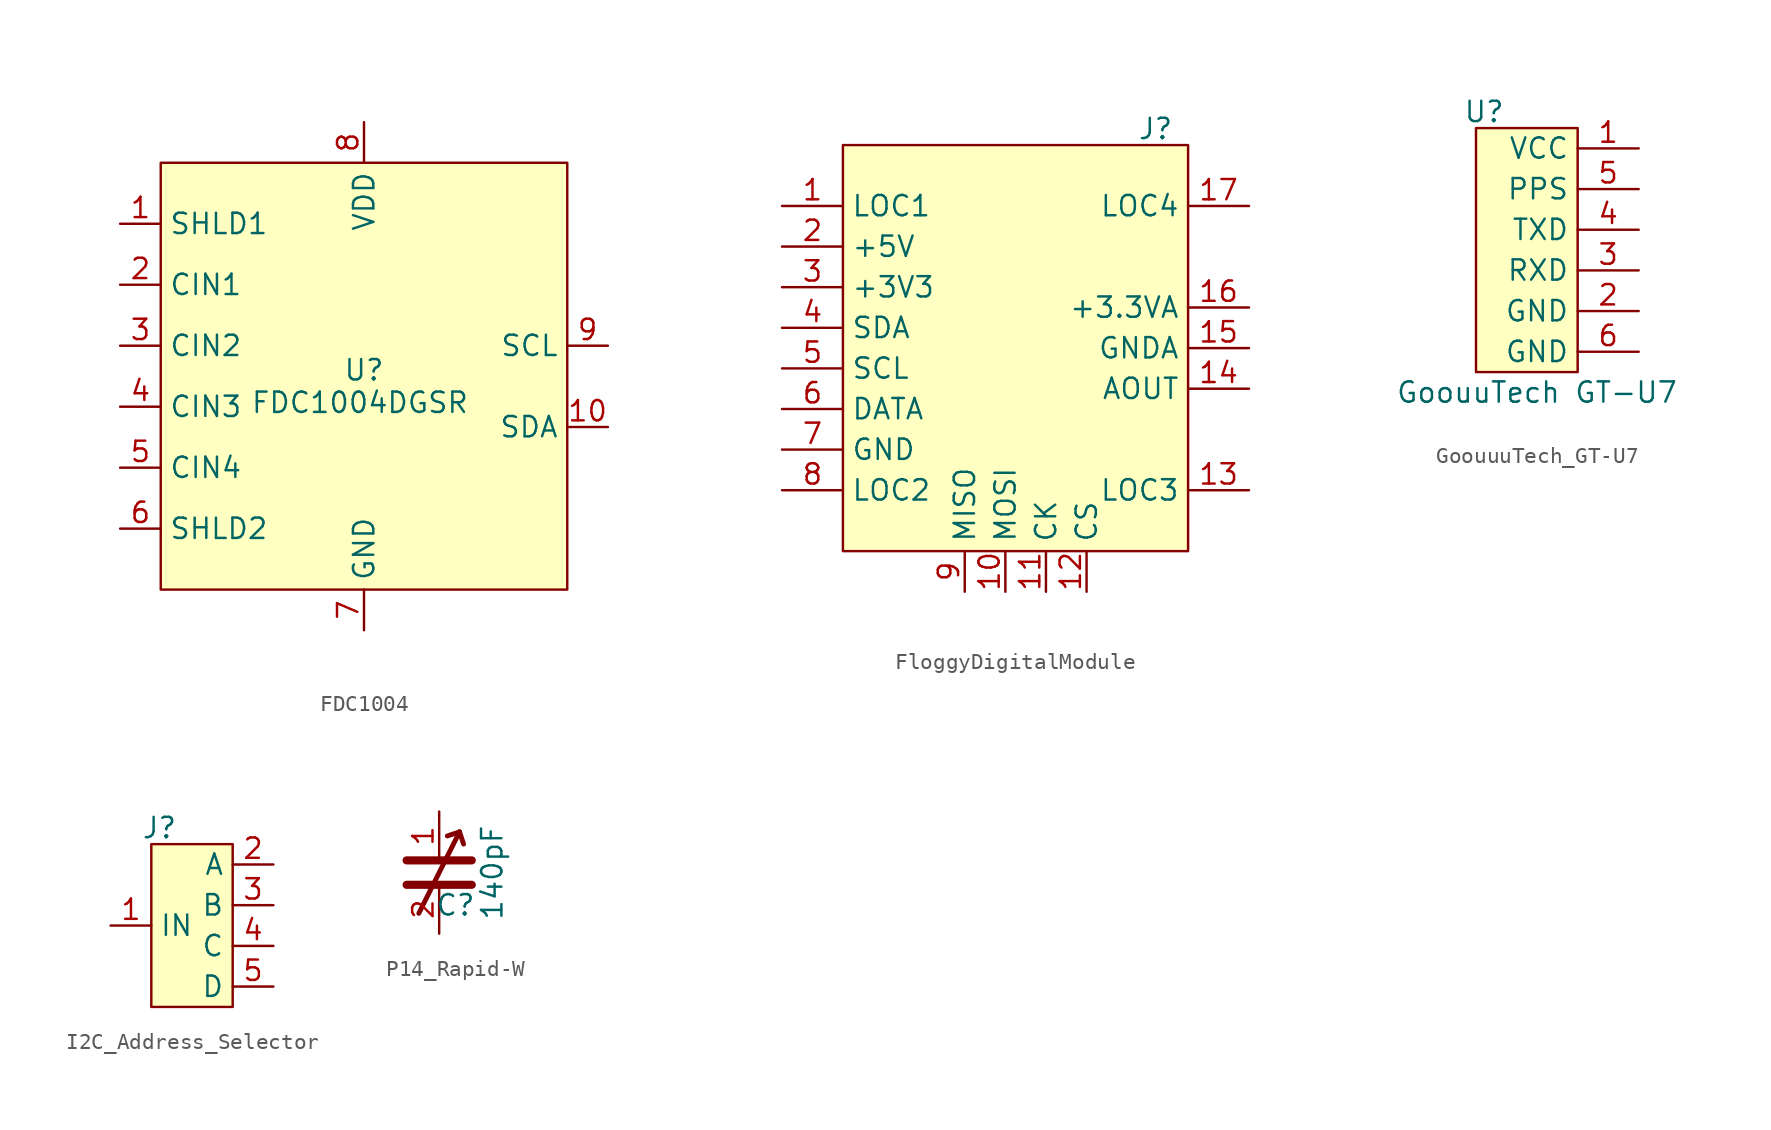
<source format=kicad_sym>
(kicad_symbol_lib
  (version 20231120)
  (generator "kicad_symbol_editor")
  (generator_version "8.0")
  (symbol "FDC1004"
    (property "Reference" "U"
      (at 0 1.016 0)
      (effects (font (size 1.27 1.27))))
    (property "Value" "FDC1004DGSR"
      (at -0.254 -1.016 0)
      (effects (font (size 1.27 1.27))))
    (symbol "FDC1004_1_1"
      (rectangle (start -12.7 13.97) (end 12.7 -12.7) (stroke (width 0) (type default)) (fill (type background)))
      (pin unspecified non_logic (at 2.54 -15.24 90) (length 2.54) hide (name "DAP" (effects (font (size 1.27 1.27)))) (number "" (effects (font (size 1.27 1.27)))))
      (pin passive line (at -15.24 10.16 0) (length 2.54) (name "SHLD1" (effects (font (size 1.27 1.27)))) (number "1" (effects (font (size 1.27 1.27)))))
      (pin bidirectional line (at 15.24 -2.54 180) (length 2.54) (name "SDA" (effects (font (size 1.27 1.27)))) (number "10" (effects (font (size 1.27 1.27)))))
      (pin passive line (at -15.24 6.35 0) (length 2.54) (name "CIN1" (effects (font (size 1.27 1.27)))) (number "2" (effects (font (size 1.27 1.27)))))
      (pin passive line (at -15.24 2.54 0) (length 2.54) (name "CIN2" (effects (font (size 1.27 1.27)))) (number "3" (effects (font (size 1.27 1.27)))))
      (pin passive line (at -15.24 -1.27 0) (length 2.54) (name "CIN3" (effects (font (size 1.27 1.27)))) (number "4" (effects (font (size 1.27 1.27)))))
      (pin passive line (at -15.24 -5.08 0) (length 2.54) (name "CIN4" (effects (font (size 1.27 1.27)))) (number "5" (effects (font (size 1.27 1.27)))))
      (pin passive line (at -15.24 -8.89 0) (length 2.54) (name "SHLD2" (effects (font (size 1.27 1.27)))) (number "6" (effects (font (size 1.27 1.27)))))
      (pin power_in line (at 0 -15.24 90) (length 2.54) (name "GND" (effects (font (size 1.27 1.27)))) (number "7" (effects (font (size 1.27 1.27)))))
      (pin power_in line (at 0 16.51 270) (length 2.54) (name "VDD" (effects (font (size 1.27 1.27)))) (number "8" (effects (font (size 1.27 1.27)))))
      (pin input line (at 15.24 2.54 180) (length 2.54) (name "SCL" (effects (font (size 1.27 1.27)))) (number "9" (effects (font (size 1.27 1.27)))))))
  (symbol "FloggyDigitalModule"
    (property "Reference" "J"
      (at 8.128 14.986 0)
      (effects (font (size 1.27 1.27))))
    (property "Value" ""
      (at -11.43 3.81 0)
      (effects (font (size 1.27 1.27))))
    (symbol "FloggyDigitalModule_1_1"
      (rectangle (start -11.43 13.97) (end 10.16 -11.43) (stroke (width 0) (type default)) (fill (type background)))
      (pin passive line (at -15.24 10.16 0) (length 3.81) (name "LOC1" (effects (font (size 1.27 1.27)))) (number "1" (effects (font (size 1.27 1.27)))))
      (pin input line (at -1.27 -13.97 90) (length 2.54) (name "MOSI" (effects (font (size 1.27 1.27)))) (number "10" (effects (font (size 1.27 1.27)))))
      (pin input line (at 1.27 -13.97 90) (length 2.54) (name "CK" (effects (font (size 1.27 1.27)))) (number "11" (effects (font (size 1.27 1.27)))))
      (pin input line (at 3.81 -13.97 90) (length 2.54) (name "CS" (effects (font (size 1.27 1.27)))) (number "12" (effects (font (size 1.27 1.27)))))
      (pin passive line (at 13.97 -7.62 180) (length 3.81) (name "LOC3" (effects (font (size 1.27 1.27)))) (number "13" (effects (font (size 1.27 1.27)))))
      (pin passive line (at 13.97 -1.27 180) (length 3.81) (name "AOUT" (effects (font (size 1.27 1.27)))) (number "14" (effects (font (size 1.27 1.27)))))
      (pin passive line (at 13.97 1.27 180) (length 3.81) (name "GNDA" (effects (font (size 1.27 1.27)))) (number "15" (effects (font (size 1.27 1.27)))))
      (pin passive line (at 13.97 3.81 180) (length 3.81) (name "+3.3VA" (effects (font (size 1.27 1.27)))) (number "16" (effects (font (size 1.27 1.27)))))
      (pin passive line (at 13.97 10.16 180) (length 3.81) (name "LOC4" (effects (font (size 1.27 1.27)))) (number "17" (effects (font (size 1.27 1.27)))))
      (pin power_in line (at -15.24 7.62 0) (length 3.81) (name "+5V" (effects (font (size 1.27 1.27)))) (number "2" (effects (font (size 1.27 1.27)))))
      (pin power_in line (at -15.24 5.08 0) (length 3.81) (name "+3V3" (effects (font (size 1.27 1.27)))) (number "3" (effects (font (size 1.27 1.27)))))
      (pin bidirectional line (at -15.24 2.54 0) (length 3.81) (name "SDA" (effects (font (size 1.27 1.27)))) (number "4" (effects (font (size 1.27 1.27)))))
      (pin input line (at -15.24 0 0) (length 3.81) (name "SCL" (effects (font (size 1.27 1.27)))) (number "5" (effects (font (size 1.27 1.27)))))
      (pin bidirectional line (at -15.24 -2.54 0) (length 3.81) (name "DATA" (effects (font (size 1.27 1.27)))) (number "6" (effects (font (size 1.27 1.27)))))
      (pin passive line (at -15.24 -5.08 0) (length 3.81) (name "GND" (effects (font (size 1.27 1.27)))) (number "7" (effects (font (size 1.27 1.27)))))
      (pin passive line (at -15.24 -7.62 0) (length 3.81) (name "LOC2" (effects (font (size 1.27 1.27)))) (number "8" (effects (font (size 1.27 1.27)))))
      (pin bidirectional line (at -3.81 -13.97 90) (length 2.54) (name "MISO" (effects (font (size 1.27 1.27)))) (number "9" (effects (font (size 1.27 1.27)))))))
  (symbol "GoouuuTech_GT-U7"
    (property "Reference" "U"
      (at -3.302 7.366 0)
      (effects (font (size 1.27 1.27))))
    (property "Value" "GoouuTech GT-U7"
      (at 0 -10.16 0)
      (effects (font (size 1.27 1.27))))
    (symbol "GoouuuTech_GT-U7_1_1"
      (rectangle (start -3.81 6.35) (end 2.54 -8.89) (stroke (width 0) (type default)) (fill (type background)))
      (pin passive line (at 6.35 5.08 180) (length 3.81) (name "VCC" (effects (font (size 1.27 1.27)))) (number "1" (effects (font (size 1.27 1.27)))))
      (pin passive line (at 6.35 -5.08 180) (length 3.81) (name "GND" (effects (font (size 1.27 1.27)))) (number "2" (effects (font (size 1.27 1.27)))))
      (pin passive line (at 6.35 -2.54 180) (length 3.81) (name "RXD" (effects (font (size 1.27 1.27)))) (number "3" (effects (font (size 1.27 1.27)))))
      (pin passive line (at 6.35 0 180) (length 3.81) (name "TXD" (effects (font (size 1.27 1.27)))) (number "4" (effects (font (size 1.27 1.27)))))
      (pin passive line (at 6.35 2.54 180) (length 3.81) (name "PPS" (effects (font (size 1.27 1.27)))) (number "5" (effects (font (size 1.27 1.27)))))
      (pin passive line (at 6.35 -7.62 180) (length 3.81) (name "GND" (effects (font (size 1.27 1.27)))) (number "6" (effects (font (size 1.27 1.27)))))))
  (symbol "I2C_Address_Selector"
    (property "Reference" "J"
      (at -2.032 6.096 0)
      (effects (font (size 1.27 1.27))))
    (property "Value" ""
      (at 2.54 0 0)
      (effects (font (size 1.27 1.27))))
    (symbol "I2C_Address_Selector_1_1"
      (rectangle (start -2.54 5.08) (end 2.54 -5.08) (stroke (width 0) (type default)) (fill (type background)))
      (pin bidirectional line (at -5.08 0 0) (length 2.54) (name "IN" (effects (font (size 1.27 1.27)))) (number "1" (effects (font (size 1.27 1.27)))))
      (pin bidirectional line (at 5.08 3.81 180) (length 2.54) (name "A" (effects (font (size 1.27 1.27)))) (number "2" (effects (font (size 1.27 1.27)))))
      (pin bidirectional line (at 5.08 1.27 180) (length 2.54) (name "B" (effects (font (size 1.27 1.27)))) (number "3" (effects (font (size 1.27 1.27)))))
      (pin bidirectional line (at 5.08 -1.27 180) (length 2.54) (name "C" (effects (font (size 1.27 1.27)))) (number "4" (effects (font (size 1.27 1.27)))))
      (pin bidirectional line (at 5.08 -3.81 180) (length 2.54) (name "D" (effects (font (size 1.27 1.27)))) (number "5" (effects (font (size 1.27 1.27)))))))
  (symbol "P14_Rapid-W"
    (property "Reference" "C"
      (at 1.016 -2.032 0)
      (effects (font (size 1.27 1.27))))
    (property "Value" "140pF"
      (at 3.302 0 90)
      (effects (font (size 1.27 1.27))))
    (symbol "P14_Rapid-W_0_1"
      (polyline (pts (xy -2.032 -0.762) (xy 2.032 -0.762)) (stroke (width 0.508) (type default)) (fill (type none)))
      (polyline (pts (xy -2.032 0.762) (xy 2.032 0.762)) (stroke (width 0.508) (type default)) (fill (type none)))
      (polyline (pts (xy 1.27 2.54) (xy -1.27 -2.54)) (stroke (width 0.305) (type default)) (fill (type none)))
      (polyline (pts (xy 1.27 2.54) (xy 0.508 2.286)) (stroke (width 0.305) (type default)) (fill (type none)))
      (polyline (pts (xy 1.27 2.54) (xy 1.524 1.778)) (stroke (width 0.305) (type default)) (fill (type none))))
    (symbol "P14_Rapid-W_1_1"
      (pin passive line (at 0 3.81 270) (length 3.048) (name "~" (effects (font (size 1.27 1.27)))) (number "1" (effects (font (size 1.27 1.27)))))
      (pin passive line (at 0 -3.81 90) (length 3.048) (name "~" (effects (font (size 1.27 1.27)))) (number "2" (effects (font (size 1.27 1.27))))))))
</source>
